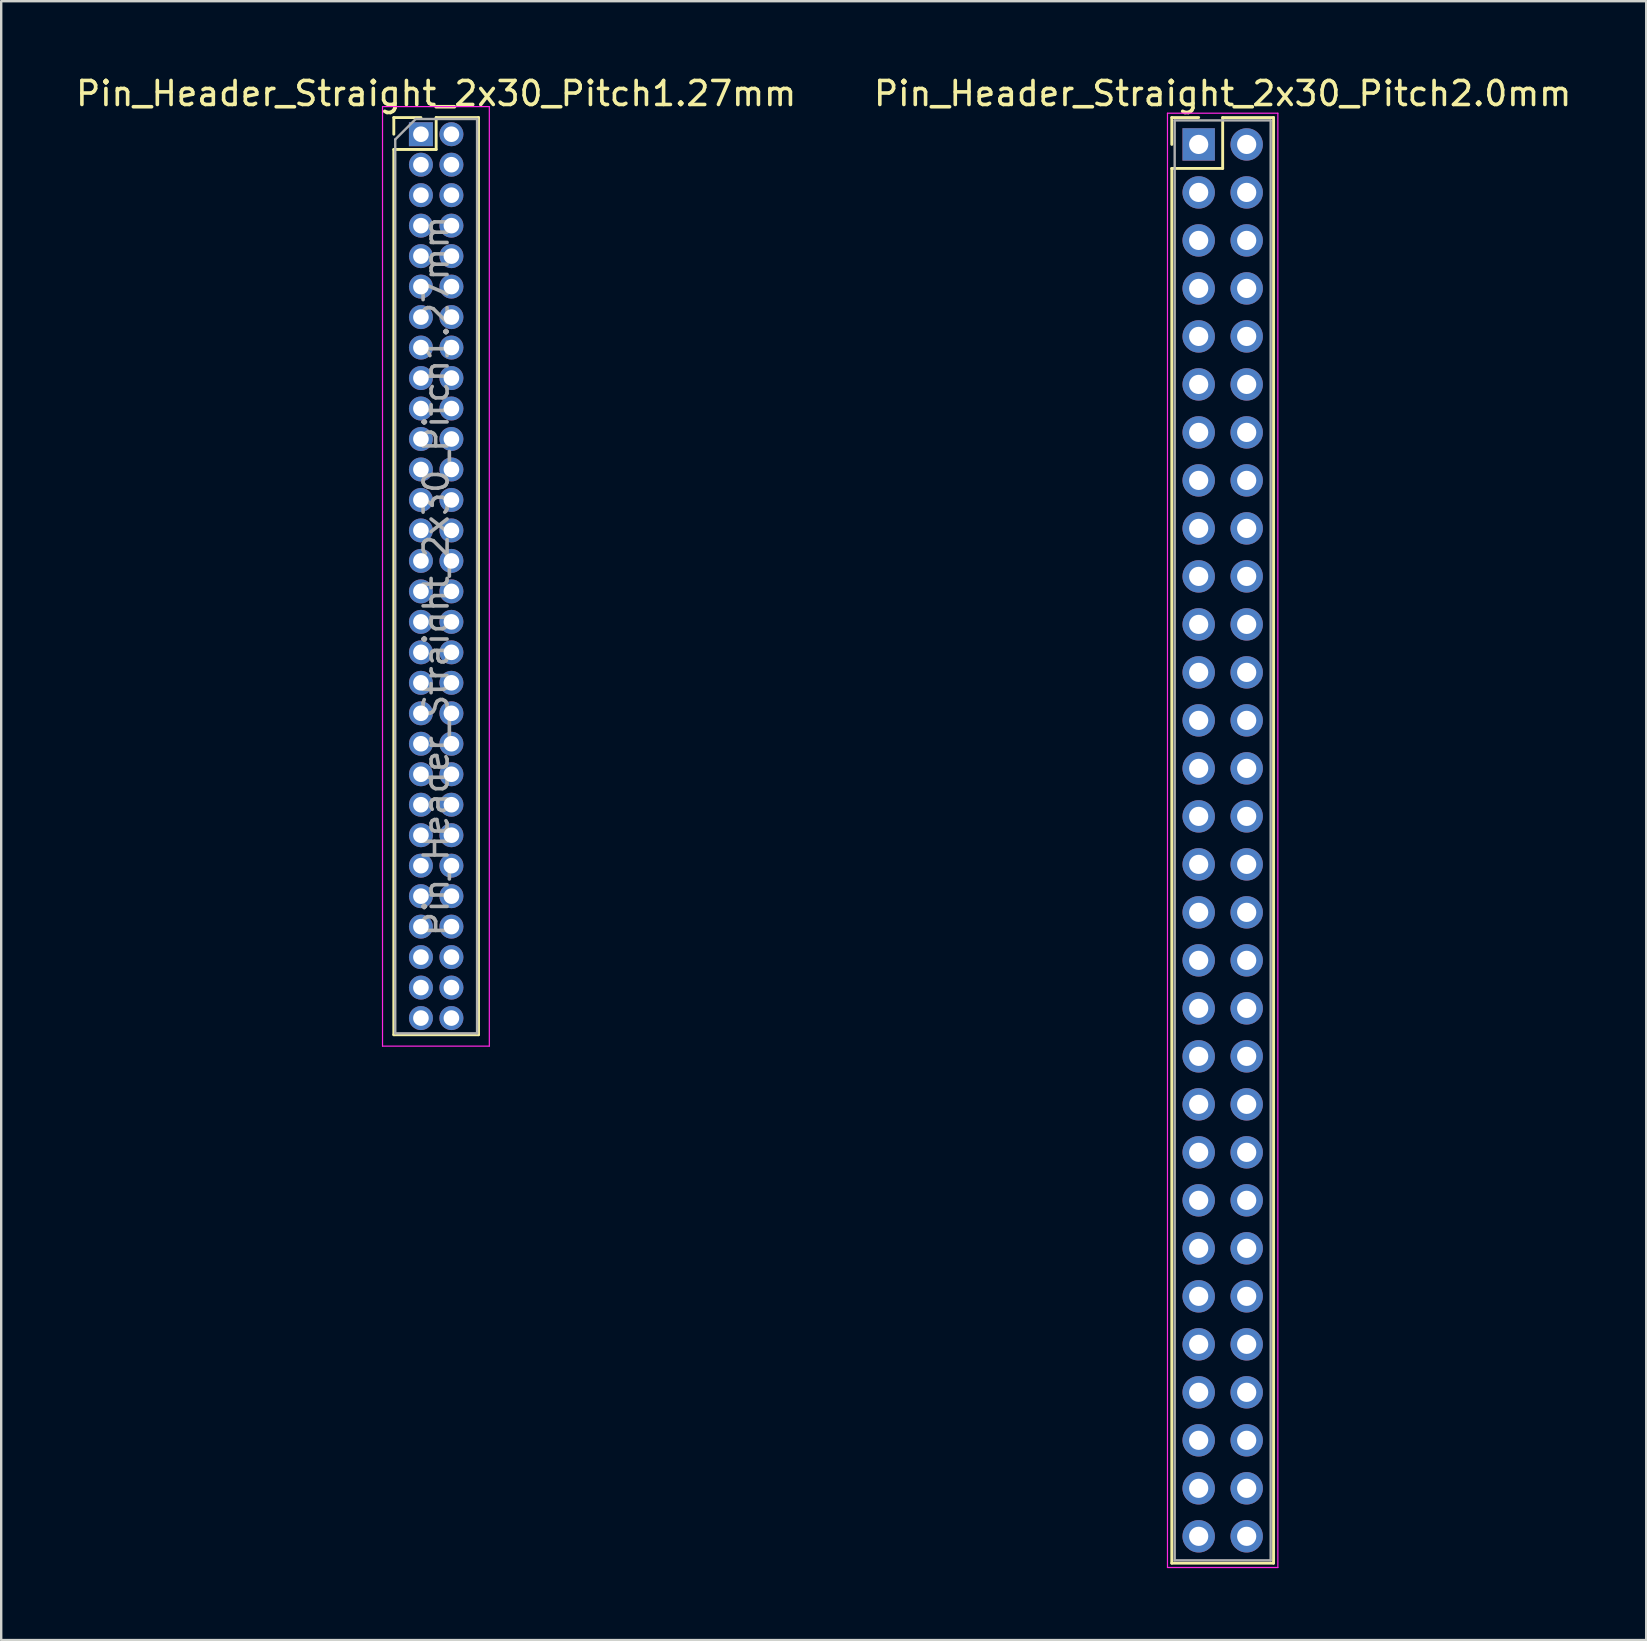
<source format=kicad_pcb>
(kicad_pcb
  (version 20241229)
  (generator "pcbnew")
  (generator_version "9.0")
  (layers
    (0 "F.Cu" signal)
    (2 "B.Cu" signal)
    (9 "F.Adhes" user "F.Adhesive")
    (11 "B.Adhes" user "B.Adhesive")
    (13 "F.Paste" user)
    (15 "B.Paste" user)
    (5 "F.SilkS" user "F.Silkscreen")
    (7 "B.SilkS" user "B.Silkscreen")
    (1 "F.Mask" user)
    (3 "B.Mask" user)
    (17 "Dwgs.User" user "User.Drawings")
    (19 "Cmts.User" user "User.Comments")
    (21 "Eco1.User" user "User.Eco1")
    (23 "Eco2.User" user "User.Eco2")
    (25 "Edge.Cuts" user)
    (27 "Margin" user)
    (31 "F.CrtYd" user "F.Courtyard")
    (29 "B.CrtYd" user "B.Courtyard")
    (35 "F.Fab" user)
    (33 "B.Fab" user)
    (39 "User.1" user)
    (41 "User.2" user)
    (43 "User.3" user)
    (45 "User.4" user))
  (footprint "Pin_Header_Straight_2x30_Pitch1.27mm"
    (layer "F.Cu")
    (at 14.49 2.543)
    (property "Reference" "Pin_Header_Straight_2x30_Pitch1.27mm" (at 0.635 -1.695 0) (layer "F.SilkS") (effects (font (size 1 1) (thickness 0.15))))
    (attr through_hole)
    (fp_line (start -1.13 -0.695) (end 0 -0.695) (stroke (width 0.12) (type solid)) (layer "F.SilkS"))
    (fp_line (start -1.13 0) (end -1.13 -0.695) (stroke (width 0.12) (type solid)) (layer "F.SilkS"))
    (fp_line (start -1.13 0.635) (end -1.13 37.525) (stroke (width 0.12) (type solid)) (layer "F.SilkS"))
    (fp_line (start -1.13 37.525) (end 2.4 37.525) (stroke (width 0.12) (type solid)) (layer "F.SilkS"))
    (fp_line (start 0.635 -0.695) (end 0.635 0.635) (stroke (width 0.12) (type solid)) (layer "F.SilkS"))
    (fp_line (start 0.635 0.635) (end -1.13 0.635) (stroke (width 0.12) (type solid)) (layer "F.SilkS"))
    (fp_line (start 2.4 -0.695) (end 0.635 -0.695) (stroke (width 0.12) (type solid)) (layer "F.SilkS"))
    (fp_line (start 2.4 37.525) (end 2.4 -0.695) (stroke (width 0.12) (type solid)) (layer "F.SilkS"))
    (fp_line (start -1.6 -1.15) (end -1.6 38) (stroke (width 0.05) (type solid)) (layer "F.CrtYd"))
    (fp_line (start -1.6 38) (end 2.85 38) (stroke (width 0.05) (type solid)) (layer "F.CrtYd"))
    (fp_line (start 2.85 -1.15) (end -1.6 -1.15) (stroke (width 0.05) (type solid)) (layer "F.CrtYd"))
    (fp_line (start 2.85 38) (end 2.85 -1.15) (stroke (width 0.05) (type solid)) (layer "F.CrtYd"))
    (fp_line (start -1.07 0.217) (end -0.217 -0.635) (stroke (width 0.1) (type solid)) (layer "F.Fab"))
    (fp_line (start -1.07 37.465) (end -1.07 0.217) (stroke (width 0.1) (type solid)) (layer "F.Fab"))
    (fp_line (start -0.217 -0.635) (end 2.34 -0.635) (stroke (width 0.1) (type solid)) (layer "F.Fab"))
    (fp_line (start 2.34 -0.635) (end 2.34 37.465) (stroke (width 0.1) (type solid)) (layer "F.Fab"))
    (fp_line (start 2.34 37.465) (end -1.07 37.465) (stroke (width 0.1) (type solid)) (layer "F.Fab"))
    (fp_text user "${REFERENCE}" (at 0.635 18.415 90) (layer "F.Fab") (effects (font (size 1 1) (thickness 0.15))))
    (pad "1" thru_hole rect (at 0 0) (size 1 1) (drill 0.65) (layers "*.Cu" "*.Mask"))
    (pad "2" thru_hole oval (at 1.27 0) (size 1 1) (drill 0.65) (layers "*.Cu" "*.Mask"))
    (pad "3" thru_hole oval (at 0 1.27) (size 1 1) (drill 0.65) (layers "*.Cu" "*.Mask"))
    (pad "4" thru_hole oval (at 1.27 1.27) (size 1 1) (drill 0.65) (layers "*.Cu" "*.Mask"))
    (pad "5" thru_hole oval (at 0 2.54) (size 1 1) (drill 0.65) (layers "*.Cu" "*.Mask"))
    (pad "6" thru_hole oval (at 1.27 2.54) (size 1 1) (drill 0.65) (layers "*.Cu" "*.Mask"))
    (pad "7" thru_hole oval (at 0 3.81) (size 1 1) (drill 0.65) (layers "*.Cu" "*.Mask"))
    (pad "8" thru_hole oval (at 1.27 3.81) (size 1 1) (drill 0.65) (layers "*.Cu" "*.Mask"))
    (pad "9" thru_hole oval (at 0 5.08) (size 1 1) (drill 0.65) (layers "*.Cu" "*.Mask"))
    (pad "10" thru_hole oval (at 1.27 5.08) (size 1 1) (drill 0.65) (layers "*.Cu" "*.Mask"))
    (pad "11" thru_hole oval (at 0 6.35) (size 1 1) (drill 0.65) (layers "*.Cu" "*.Mask"))
    (pad "12" thru_hole oval (at 1.27 6.35) (size 1 1) (drill 0.65) (layers "*.Cu" "*.Mask"))
    (pad "13" thru_hole oval (at 0 7.62) (size 1 1) (drill 0.65) (layers "*.Cu" "*.Mask"))
    (pad "14" thru_hole oval (at 1.27 7.62) (size 1 1) (drill 0.65) (layers "*.Cu" "*.Mask"))
    (pad "15" thru_hole oval (at 0 8.89) (size 1 1) (drill 0.65) (layers "*.Cu" "*.Mask"))
    (pad "16" thru_hole oval (at 1.27 8.89) (size 1 1) (drill 0.65) (layers "*.Cu" "*.Mask"))
    (pad "17" thru_hole oval (at 0 10.16) (size 1 1) (drill 0.65) (layers "*.Cu" "*.Mask"))
    (pad "18" thru_hole oval (at 1.27 10.16) (size 1 1) (drill 0.65) (layers "*.Cu" "*.Mask"))
    (pad "19" thru_hole oval (at 0 11.43) (size 1 1) (drill 0.65) (layers "*.Cu" "*.Mask"))
    (pad "20" thru_hole oval (at 1.27 11.43) (size 1 1) (drill 0.65) (layers "*.Cu" "*.Mask"))
    (pad "21" thru_hole oval (at 0 12.7) (size 1 1) (drill 0.65) (layers "*.Cu" "*.Mask"))
    (pad "22" thru_hole oval (at 1.27 12.7) (size 1 1) (drill 0.65) (layers "*.Cu" "*.Mask"))
    (pad "23" thru_hole oval (at 0 13.97) (size 1 1) (drill 0.65) (layers "*.Cu" "*.Mask"))
    (pad "24" thru_hole oval (at 1.27 13.97) (size 1 1) (drill 0.65) (layers "*.Cu" "*.Mask"))
    (pad "25" thru_hole oval (at 0 15.24) (size 1 1) (drill 0.65) (layers "*.Cu" "*.Mask"))
    (pad "26" thru_hole oval (at 1.27 15.24) (size 1 1) (drill 0.65) (layers "*.Cu" "*.Mask"))
    (pad "27" thru_hole oval (at 0 16.51) (size 1 1) (drill 0.65) (layers "*.Cu" "*.Mask"))
    (pad "28" thru_hole oval (at 1.27 16.51) (size 1 1) (drill 0.65) (layers "*.Cu" "*.Mask"))
    (pad "29" thru_hole oval (at 0 17.78) (size 1 1) (drill 0.65) (layers "*.Cu" "*.Mask"))
    (pad "30" thru_hole oval (at 1.27 17.78) (size 1 1) (drill 0.65) (layers "*.Cu" "*.Mask"))
    (pad "31" thru_hole oval (at 0 19.05) (size 1 1) (drill 0.65) (layers "*.Cu" "*.Mask"))
    (pad "32" thru_hole oval (at 1.27 19.05) (size 1 1) (drill 0.65) (layers "*.Cu" "*.Mask"))
    (pad "33" thru_hole oval (at 0 20.32) (size 1 1) (drill 0.65) (layers "*.Cu" "*.Mask"))
    (pad "34" thru_hole oval (at 1.27 20.32) (size 1 1) (drill 0.65) (layers "*.Cu" "*.Mask"))
    (pad "35" thru_hole oval (at 0 21.59) (size 1 1) (drill 0.65) (layers "*.Cu" "*.Mask"))
    (pad "36" thru_hole oval (at 1.27 21.59) (size 1 1) (drill 0.65) (layers "*.Cu" "*.Mask"))
    (pad "37" thru_hole oval (at 0 22.86) (size 1 1) (drill 0.65) (layers "*.Cu" "*.Mask"))
    (pad "38" thru_hole oval (at 1.27 22.86) (size 1 1) (drill 0.65) (layers "*.Cu" "*.Mask"))
    (pad "39" thru_hole oval (at 0 24.13) (size 1 1) (drill 0.65) (layers "*.Cu" "*.Mask"))
    (pad "40" thru_hole oval (at 1.27 24.13) (size 1 1) (drill 0.65) (layers "*.Cu" "*.Mask"))
    (pad "41" thru_hole oval (at 0 25.4) (size 1 1) (drill 0.65) (layers "*.Cu" "*.Mask"))
    (pad "42" thru_hole oval (at 1.27 25.4) (size 1 1) (drill 0.65) (layers "*.Cu" "*.Mask"))
    (pad "43" thru_hole oval (at 0 26.67) (size 1 1) (drill 0.65) (layers "*.Cu" "*.Mask"))
    (pad "44" thru_hole oval (at 1.27 26.67) (size 1 1) (drill 0.65) (layers "*.Cu" "*.Mask"))
    (pad "45" thru_hole oval (at 0 27.94) (size 1 1) (drill 0.65) (layers "*.Cu" "*.Mask"))
    (pad "46" thru_hole oval (at 1.27 27.94) (size 1 1) (drill 0.65) (layers "*.Cu" "*.Mask"))
    (pad "47" thru_hole oval (at 0 29.21) (size 1 1) (drill 0.65) (layers "*.Cu" "*.Mask"))
    (pad "48" thru_hole oval (at 1.27 29.21) (size 1 1) (drill 0.65) (layers "*.Cu" "*.Mask"))
    (pad "49" thru_hole oval (at 0 30.48) (size 1 1) (drill 0.65) (layers "*.Cu" "*.Mask"))
    (pad "50" thru_hole oval (at 1.27 30.48) (size 1 1) (drill 0.65) (layers "*.Cu" "*.Mask"))
    (pad "51" thru_hole oval (at 0 31.75) (size 1 1) (drill 0.65) (layers "*.Cu" "*.Mask"))
    (pad "52" thru_hole oval (at 1.27 31.75) (size 1 1) (drill 0.65) (layers "*.Cu" "*.Mask"))
    (pad "53" thru_hole oval (at 0 33.02) (size 1 1) (drill 0.65) (layers "*.Cu" "*.Mask"))
    (pad "54" thru_hole oval (at 1.27 33.02) (size 1 1) (drill 0.65) (layers "*.Cu" "*.Mask"))
    (pad "55" thru_hole oval (at 0 34.29) (size 1 1) (drill 0.65) (layers "*.Cu" "*.Mask"))
    (pad "56" thru_hole oval (at 1.27 34.29) (size 1 1) (drill 0.65) (layers "*.Cu" "*.Mask"))
    (pad "57" thru_hole oval (at 0 35.56) (size 1 1) (drill 0.65) (layers "*.Cu" "*.Mask"))
    (pad "58" thru_hole oval (at 1.27 35.56) (size 1 1) (drill 0.65) (layers "*.Cu" "*.Mask"))
    (pad "59" thru_hole oval (at 0 36.83) (size 1 1) (drill 0.65) (layers "*.Cu" "*.Mask"))
    (pad "60" thru_hole oval (at 1.27 36.83) (size 1 1) (drill 0.65) (layers "*.Cu" "*.Mask")))
  (footprint "Pin_Header_Straight_2x30_Pitch2.0mm"
    (layer "F.Cu")
    (at 46.899 2.968)
    (property "Reference" "Pin_Header_Straight_2x30_Pitch2.0mm" (at 1 -2.12 0) (layer "F.SilkS") (effects (font (size 1 1) (thickness 0.15))))
    (attr through_hole)
    (fp_line (start -1.12 -1.12) (end 0 -1.12) (stroke (width 0.12) (type solid)) (layer "F.SilkS"))
    (fp_line (start -1.12 0) (end -1.12 -1.12) (stroke (width 0.12) (type solid)) (layer "F.SilkS"))
    (fp_line (start -1.12 1) (end -1.12 59.12) (stroke (width 0.12) (type solid)) (layer "F.SilkS"))
    (fp_line (start -1.12 59.12) (end 3.12 59.12) (stroke (width 0.12) (type solid)) (layer "F.SilkS"))
    (fp_line (start 1 -1.12) (end 1 1) (stroke (width 0.12) (type solid)) (layer "F.SilkS"))
    (fp_line (start 1 1) (end -1.12 1) (stroke (width 0.12) (type solid)) (layer "F.SilkS"))
    (fp_line (start 3.12 -1.12) (end 1 -1.12) (stroke (width 0.12) (type solid)) (layer "F.SilkS"))
    (fp_line (start 3.12 59.12) (end 3.12 -1.12) (stroke (width 0.12) (type solid)) (layer "F.SilkS"))
    (fp_line (start -1.3 -1.3) (end -1.3 59.3) (stroke (width 0.05) (type solid)) (layer "F.CrtYd"))
    (fp_line (start -1.3 59.3) (end 3.3 59.3) (stroke (width 0.05) (type solid)) (layer "F.CrtYd"))
    (fp_line (start 3.3 -1.3) (end -1.3 -1.3) (stroke (width 0.05) (type solid)) (layer "F.CrtYd"))
    (fp_line (start 3.3 59.3) (end 3.3 -1.3) (stroke (width 0.05) (type solid)) (layer "F.CrtYd"))
    (fp_line (start -1 -1) (end -1 59) (stroke (width 0.1) (type solid)) (layer "F.Fab"))
    (fp_line (start -1 59) (end 3 59) (stroke (width 0.1) (type solid)) (layer "F.Fab"))
    (fp_line (start 3 -1) (end -1 -1) (stroke (width 0.1) (type solid)) (layer "F.Fab"))
    (fp_line (start 3 59) (end 3 -1) (stroke (width 0.1) (type solid)) (layer "F.Fab"))
    (pad "1" thru_hole rect (at 0 0) (size 1.35 1.35) (drill 0.8) (layers "*.Cu" "*.Mask"))
    (pad "2" thru_hole oval (at 2 0) (size 1.35 1.35) (drill 0.8) (layers "*.Cu" "*.Mask"))
    (pad "3" thru_hole oval (at 0 2) (size 1.35 1.35) (drill 0.8) (layers "*.Cu" "*.Mask"))
    (pad "4" thru_hole oval (at 2 2) (size 1.35 1.35) (drill 0.8) (layers "*.Cu" "*.Mask"))
    (pad "5" thru_hole oval (at 0 4) (size 1.35 1.35) (drill 0.8) (layers "*.Cu" "*.Mask"))
    (pad "6" thru_hole oval (at 2 4) (size 1.35 1.35) (drill 0.8) (layers "*.Cu" "*.Mask"))
    (pad "7" thru_hole oval (at 0 6) (size 1.35 1.35) (drill 0.8) (layers "*.Cu" "*.Mask"))
    (pad "8" thru_hole oval (at 2 6) (size 1.35 1.35) (drill 0.8) (layers "*.Cu" "*.Mask"))
    (pad "9" thru_hole oval (at 0 8) (size 1.35 1.35) (drill 0.8) (layers "*.Cu" "*.Mask"))
    (pad "10" thru_hole oval (at 2 8) (size 1.35 1.35) (drill 0.8) (layers "*.Cu" "*.Mask"))
    (pad "11" thru_hole oval (at 0 10) (size 1.35 1.35) (drill 0.8) (layers "*.Cu" "*.Mask"))
    (pad "12" thru_hole oval (at 2 10) (size 1.35 1.35) (drill 0.8) (layers "*.Cu" "*.Mask"))
    (pad "13" thru_hole oval (at 0 12) (size 1.35 1.35) (drill 0.8) (layers "*.Cu" "*.Mask"))
    (pad "14" thru_hole oval (at 2 12) (size 1.35 1.35) (drill 0.8) (layers "*.Cu" "*.Mask"))
    (pad "15" thru_hole oval (at 0 14) (size 1.35 1.35) (drill 0.8) (layers "*.Cu" "*.Mask"))
    (pad "16" thru_hole oval (at 2 14) (size 1.35 1.35) (drill 0.8) (layers "*.Cu" "*.Mask"))
    (pad "17" thru_hole oval (at 0 16) (size 1.35 1.35) (drill 0.8) (layers "*.Cu" "*.Mask"))
    (pad "18" thru_hole oval (at 2 16) (size 1.35 1.35) (drill 0.8) (layers "*.Cu" "*.Mask"))
    (pad "19" thru_hole oval (at 0 18) (size 1.35 1.35) (drill 0.8) (layers "*.Cu" "*.Mask"))
    (pad "20" thru_hole oval (at 2 18) (size 1.35 1.35) (drill 0.8) (layers "*.Cu" "*.Mask"))
    (pad "21" thru_hole oval (at 0 20) (size 1.35 1.35) (drill 0.8) (layers "*.Cu" "*.Mask"))
    (pad "22" thru_hole oval (at 2 20) (size 1.35 1.35) (drill 0.8) (layers "*.Cu" "*.Mask"))
    (pad "23" thru_hole oval (at 0 22) (size 1.35 1.35) (drill 0.8) (layers "*.Cu" "*.Mask"))
    (pad "24" thru_hole oval (at 2 22) (size 1.35 1.35) (drill 0.8) (layers "*.Cu" "*.Mask"))
    (pad "25" thru_hole oval (at 0 24) (size 1.35 1.35) (drill 0.8) (layers "*.Cu" "*.Mask"))
    (pad "26" thru_hole oval (at 2 24) (size 1.35 1.35) (drill 0.8) (layers "*.Cu" "*.Mask"))
    (pad "27" thru_hole oval (at 0 26) (size 1.35 1.35) (drill 0.8) (layers "*.Cu" "*.Mask"))
    (pad "28" thru_hole oval (at 2 26) (size 1.35 1.35) (drill 0.8) (layers "*.Cu" "*.Mask"))
    (pad "29" thru_hole oval (at 0 28) (size 1.35 1.35) (drill 0.8) (layers "*.Cu" "*.Mask"))
    (pad "30" thru_hole oval (at 2 28) (size 1.35 1.35) (drill 0.8) (layers "*.Cu" "*.Mask"))
    (pad "31" thru_hole oval (at 0 30) (size 1.35 1.35) (drill 0.8) (layers "*.Cu" "*.Mask"))
    (pad "32" thru_hole oval (at 2 30) (size 1.35 1.35) (drill 0.8) (layers "*.Cu" "*.Mask"))
    (pad "33" thru_hole oval (at 0 32) (size 1.35 1.35) (drill 0.8) (layers "*.Cu" "*.Mask"))
    (pad "34" thru_hole oval (at 2 32) (size 1.35 1.35) (drill 0.8) (layers "*.Cu" "*.Mask"))
    (pad "35" thru_hole oval (at 0 34) (size 1.35 1.35) (drill 0.8) (layers "*.Cu" "*.Mask"))
    (pad "36" thru_hole oval (at 2 34) (size 1.35 1.35) (drill 0.8) (layers "*.Cu" "*.Mask"))
    (pad "37" thru_hole oval (at 0 36) (size 1.35 1.35) (drill 0.8) (layers "*.Cu" "*.Mask"))
    (pad "38" thru_hole oval (at 2 36) (size 1.35 1.35) (drill 0.8) (layers "*.Cu" "*.Mask"))
    (pad "39" thru_hole oval (at 0 38) (size 1.35 1.35) (drill 0.8) (layers "*.Cu" "*.Mask"))
    (pad "40" thru_hole oval (at 2 38) (size 1.35 1.35) (drill 0.8) (layers "*.Cu" "*.Mask"))
    (pad "41" thru_hole oval (at 0 40) (size 1.35 1.35) (drill 0.8) (layers "*.Cu" "*.Mask"))
    (pad "42" thru_hole oval (at 2 40) (size 1.35 1.35) (drill 0.8) (layers "*.Cu" "*.Mask"))
    (pad "43" thru_hole oval (at 0 42) (size 1.35 1.35) (drill 0.8) (layers "*.Cu" "*.Mask"))
    (pad "44" thru_hole oval (at 2 42) (size 1.35 1.35) (drill 0.8) (layers "*.Cu" "*.Mask"))
    (pad "45" thru_hole oval (at 0 44) (size 1.35 1.35) (drill 0.8) (layers "*.Cu" "*.Mask"))
    (pad "46" thru_hole oval (at 2 44) (size 1.35 1.35) (drill 0.8) (layers "*.Cu" "*.Mask"))
    (pad "47" thru_hole oval (at 0 46) (size 1.35 1.35) (drill 0.8) (layers "*.Cu" "*.Mask"))
    (pad "48" thru_hole oval (at 2 46) (size 1.35 1.35) (drill 0.8) (layers "*.Cu" "*.Mask"))
    (pad "49" thru_hole oval (at 0 48) (size 1.35 1.35) (drill 0.8) (layers "*.Cu" "*.Mask"))
    (pad "50" thru_hole oval (at 2 48) (size 1.35 1.35) (drill 0.8) (layers "*.Cu" "*.Mask"))
    (pad "51" thru_hole oval (at 0 50) (size 1.35 1.35) (drill 0.8) (layers "*.Cu" "*.Mask"))
    (pad "52" thru_hole oval (at 2 50) (size 1.35 1.35) (drill 0.8) (layers "*.Cu" "*.Mask"))
    (pad "53" thru_hole oval (at 0 52) (size 1.35 1.35) (drill 0.8) (layers "*.Cu" "*.Mask"))
    (pad "54" thru_hole oval (at 2 52) (size 1.35 1.35) (drill 0.8) (layers "*.Cu" "*.Mask"))
    (pad "55" thru_hole oval (at 0 54) (size 1.35 1.35) (drill 0.8) (layers "*.Cu" "*.Mask"))
    (pad "56" thru_hole oval (at 2 54) (size 1.35 1.35) (drill 0.8) (layers "*.Cu" "*.Mask"))
    (pad "57" thru_hole oval (at 0 56) (size 1.35 1.35) (drill 0.8) (layers "*.Cu" "*.Mask"))
    (pad "58" thru_hole oval (at 2 56) (size 1.35 1.35) (drill 0.8) (layers "*.Cu" "*.Mask"))
    (pad "59" thru_hole oval (at 0 58) (size 1.35 1.35) (drill 0.8) (layers "*.Cu" "*.Mask"))
    (pad "60" thru_hole oval (at 2 58) (size 1.35 1.35) (drill 0.8) (layers "*.Cu" "*.Mask")))
  (gr_rect
    (start -3 -3)
    (end 65.548 65.293)
    (stroke (width 0.1) (type default))
    (fill no)
    (layer "Edge.Cuts")))
</source>
